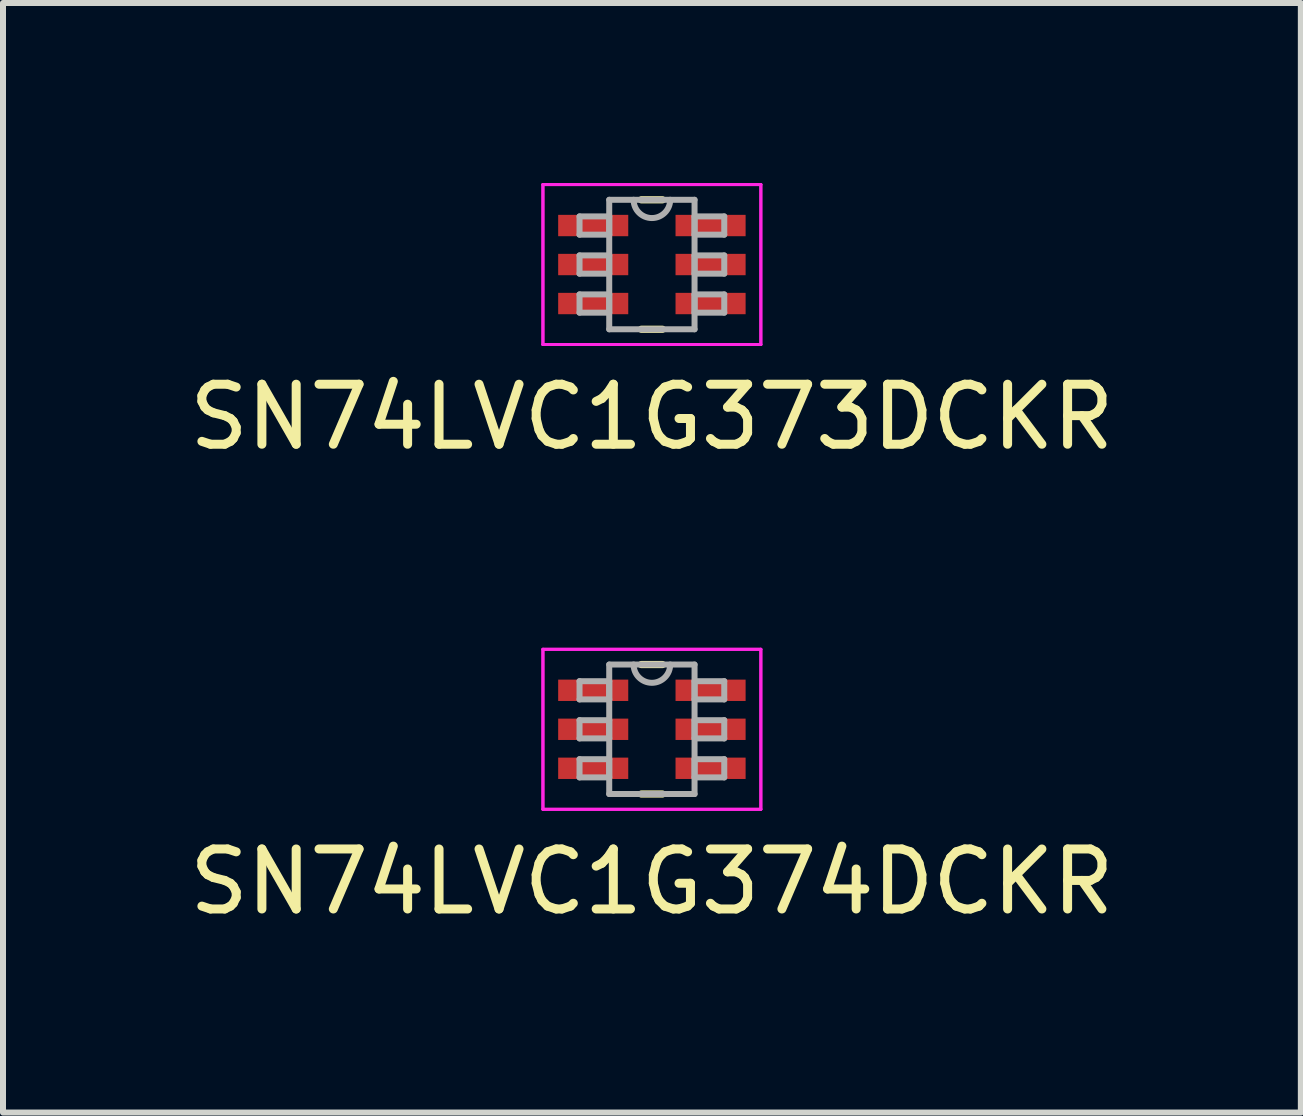
<source format=kicad_pcb>
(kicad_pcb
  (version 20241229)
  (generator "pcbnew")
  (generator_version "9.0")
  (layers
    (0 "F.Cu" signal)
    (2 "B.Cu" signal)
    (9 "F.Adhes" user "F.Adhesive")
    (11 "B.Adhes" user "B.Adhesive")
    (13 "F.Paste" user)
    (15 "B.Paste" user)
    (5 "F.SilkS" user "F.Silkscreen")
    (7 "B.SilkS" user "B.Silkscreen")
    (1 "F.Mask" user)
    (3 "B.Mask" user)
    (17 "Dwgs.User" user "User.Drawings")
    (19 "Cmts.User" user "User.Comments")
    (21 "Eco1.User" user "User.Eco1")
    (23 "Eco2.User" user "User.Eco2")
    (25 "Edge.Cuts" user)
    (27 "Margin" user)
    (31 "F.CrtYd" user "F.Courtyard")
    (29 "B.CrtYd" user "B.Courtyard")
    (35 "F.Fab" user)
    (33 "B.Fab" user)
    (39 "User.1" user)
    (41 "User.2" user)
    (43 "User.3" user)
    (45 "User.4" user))
  (footprint "SN74LVC1G373DCKR"
    (layer "F.Cu")
    (at 7.815 1.359)
    (property "Reference" "SN74LVC1G373DCKR" (at 0 2.54 0) (layer "F.SilkS") (effects (font (size 1 1) (thickness 0.15))))
    (attr through_hole)
    (fp_line (start -0.176 1.079) (end 0.176 1.079) (stroke (width 0.12) (type solid)) (layer "F.SilkS"))
    (fp_line (start 0.176 -1.079) (end -0.176 -1.079) (stroke (width 0.12) (type solid)) (layer "F.SilkS"))
    (fp_line (start -1.816 -1.333) (end 1.816 -1.333) (stroke (width 0.05) (type solid)) (layer "F.CrtYd"))
    (fp_line (start -1.816 -1.333) (end 1.816 -1.333) (stroke (width 0.05) (type solid)) (layer "F.CrtYd"))
    (fp_line (start -1.816 1.333) (end -1.816 -1.333) (stroke (width 0.05) (type solid)) (layer "F.CrtYd"))
    (fp_line (start -1.816 1.333) (end -1.816 -1.333) (stroke (width 0.05) (type solid)) (layer "F.CrtYd"))
    (fp_line (start 1.816 -1.333) (end 1.816 1.333) (stroke (width 0.05) (type solid)) (layer "F.CrtYd"))
    (fp_line (start 1.816 -1.333) (end 1.816 1.333) (stroke (width 0.05) (type solid)) (layer "F.CrtYd"))
    (fp_line (start 1.816 1.333) (end -1.816 1.333) (stroke (width 0.05) (type solid)) (layer "F.CrtYd"))
    (fp_line (start 1.816 1.333) (end -1.816 1.333) (stroke (width 0.05) (type solid)) (layer "F.CrtYd"))
    (fp_line (start -1.206 -0.802) (end -1.206 -0.498) (stroke (width 0.1) (type solid)) (layer "F.Fab"))
    (fp_line (start -1.206 -0.498) (end -0.711 -0.498) (stroke (width 0.1) (type solid)) (layer "F.Fab"))
    (fp_line (start -1.206 -0.152) (end -1.206 0.152) (stroke (width 0.1) (type solid)) (layer "F.Fab"))
    (fp_line (start -1.206 0.152) (end -0.711 0.152) (stroke (width 0.1) (type solid)) (layer "F.Fab"))
    (fp_line (start -1.206 0.498) (end -1.206 0.802) (stroke (width 0.1) (type solid)) (layer "F.Fab"))
    (fp_line (start -1.206 0.802) (end -0.711 0.802) (stroke (width 0.1) (type solid)) (layer "F.Fab"))
    (fp_line (start -0.711 -1.079) (end -0.711 1.079) (stroke (width 0.1) (type solid)) (layer "F.Fab"))
    (fp_line (start -0.711 -0.802) (end -1.206 -0.802) (stroke (width 0.1) (type solid)) (layer "F.Fab"))
    (fp_line (start -0.711 -0.498) (end -0.711 -0.802) (stroke (width 0.1) (type solid)) (layer "F.Fab"))
    (fp_line (start -0.711 -0.152) (end -1.206 -0.152) (stroke (width 0.1) (type solid)) (layer "F.Fab"))
    (fp_line (start -0.711 0.152) (end -0.711 -0.152) (stroke (width 0.1) (type solid)) (layer "F.Fab"))
    (fp_line (start -0.711 0.498) (end -1.206 0.498) (stroke (width 0.1) (type solid)) (layer "F.Fab"))
    (fp_line (start -0.711 0.802) (end -0.711 0.498) (stroke (width 0.1) (type solid)) (layer "F.Fab"))
    (fp_line (start -0.711 1.079) (end 0.711 1.079) (stroke (width 0.1) (type solid)) (layer "F.Fab"))
    (fp_line (start 0.711 -1.079) (end -0.711 -1.079) (stroke (width 0.1) (type solid)) (layer "F.Fab"))
    (fp_line (start 0.711 -0.802) (end 0.711 -0.498) (stroke (width 0.1) (type solid)) (layer "F.Fab"))
    (fp_line (start 0.711 -0.498) (end 1.206 -0.498) (stroke (width 0.1) (type solid)) (layer "F.Fab"))
    (fp_line (start 0.711 -0.152) (end 0.711 0.152) (stroke (width 0.1) (type solid)) (layer "F.Fab"))
    (fp_line (start 0.711 0.152) (end 1.206 0.152) (stroke (width 0.1) (type solid)) (layer "F.Fab"))
    (fp_line (start 0.711 0.498) (end 0.711 0.802) (stroke (width 0.1) (type solid)) (layer "F.Fab"))
    (fp_line (start 0.711 0.802) (end 1.206 0.802) (stroke (width 0.1) (type solid)) (layer "F.Fab"))
    (fp_line (start 0.711 1.079) (end 0.711 -1.079) (stroke (width 0.1) (type solid)) (layer "F.Fab"))
    (fp_line (start 1.206 -0.802) (end 0.711 -0.802) (stroke (width 0.1) (type solid)) (layer "F.Fab"))
    (fp_line (start 1.206 -0.498) (end 1.206 -0.802) (stroke (width 0.1) (type solid)) (layer "F.Fab"))
    (fp_line (start 1.206 -0.152) (end 0.711 -0.152) (stroke (width 0.1) (type solid)) (layer "F.Fab"))
    (fp_line (start 1.206 0.152) (end 1.206 -0.152) (stroke (width 0.1) (type solid)) (layer "F.Fab"))
    (fp_line (start 1.206 0.498) (end 0.711 0.498) (stroke (width 0.1) (type solid)) (layer "F.Fab"))
    (fp_line (start 1.206 0.802) (end 1.206 0.498) (stroke (width 0.1) (type solid)) (layer "F.Fab"))
    (fp_arc (start 0.3048 -1.0795) (mid 0 -0.7747) (end -0.3048 -1.0795) (stroke (width 0.1) (type solid)) (layer "F.Fab"))
    (pad "1" smd rect (at -0.978 -0.65) (size 1.168 0.356) (layers "F.Cu" "F.Mask" "F.Paste"))
    (pad "2" smd rect (at -0.978 0) (size 1.168 0.356) (layers "F.Cu" "F.Mask" "F.Paste"))
    (pad "3" smd rect (at -0.978 0.65) (size 1.168 0.356) (layers "F.Cu" "F.Mask" "F.Paste"))
    (pad "4" smd rect (at 0.978 0.65) (size 1.168 0.356) (layers "F.Cu" "F.Mask" "F.Paste"))
    (pad "5" smd rect (at 0.978 0) (size 1.168 0.356) (layers "F.Cu" "F.Mask" "F.Paste"))
    (pad "6" smd rect (at 0.978 -0.65) (size 1.168 0.356) (layers "F.Cu" "F.Mask" "F.Paste")))
  (footprint "SN74LVC1G374DCKR"
    (layer "F.Cu")
    (at 7.815 9.105)
    (property "Reference" "SN74LVC1G374DCKR" (at 0 2.54 0) (layer "F.SilkS") (effects (font (size 1 1) (thickness 0.15))))
    (attr through_hole)
    (fp_line (start -0.176 1.079) (end 0.176 1.079) (stroke (width 0.12) (type solid)) (layer "F.SilkS"))
    (fp_line (start 0.176 -1.079) (end -0.176 -1.079) (stroke (width 0.12) (type solid)) (layer "F.SilkS"))
    (fp_line (start -1.816 -1.333) (end 1.816 -1.333) (stroke (width 0.05) (type solid)) (layer "F.CrtYd"))
    (fp_line (start -1.816 -1.333) (end 1.816 -1.333) (stroke (width 0.05) (type solid)) (layer "F.CrtYd"))
    (fp_line (start -1.816 1.333) (end -1.816 -1.333) (stroke (width 0.05) (type solid)) (layer "F.CrtYd"))
    (fp_line (start -1.816 1.333) (end -1.816 -1.333) (stroke (width 0.05) (type solid)) (layer "F.CrtYd"))
    (fp_line (start 1.816 -1.333) (end 1.816 1.333) (stroke (width 0.05) (type solid)) (layer "F.CrtYd"))
    (fp_line (start 1.816 -1.333) (end 1.816 1.333) (stroke (width 0.05) (type solid)) (layer "F.CrtYd"))
    (fp_line (start 1.816 1.333) (end -1.816 1.333) (stroke (width 0.05) (type solid)) (layer "F.CrtYd"))
    (fp_line (start 1.816 1.333) (end -1.816 1.333) (stroke (width 0.05) (type solid)) (layer "F.CrtYd"))
    (fp_line (start -1.206 -0.802) (end -1.206 -0.498) (stroke (width 0.1) (type solid)) (layer "F.Fab"))
    (fp_line (start -1.206 -0.498) (end -0.711 -0.498) (stroke (width 0.1) (type solid)) (layer "F.Fab"))
    (fp_line (start -1.206 -0.152) (end -1.206 0.152) (stroke (width 0.1) (type solid)) (layer "F.Fab"))
    (fp_line (start -1.206 0.152) (end -0.711 0.152) (stroke (width 0.1) (type solid)) (layer "F.Fab"))
    (fp_line (start -1.206 0.498) (end -1.206 0.802) (stroke (width 0.1) (type solid)) (layer "F.Fab"))
    (fp_line (start -1.206 0.802) (end -0.711 0.802) (stroke (width 0.1) (type solid)) (layer "F.Fab"))
    (fp_line (start -0.711 -1.079) (end -0.711 1.079) (stroke (width 0.1) (type solid)) (layer "F.Fab"))
    (fp_line (start -0.711 -0.802) (end -1.206 -0.802) (stroke (width 0.1) (type solid)) (layer "F.Fab"))
    (fp_line (start -0.711 -0.498) (end -0.711 -0.802) (stroke (width 0.1) (type solid)) (layer "F.Fab"))
    (fp_line (start -0.711 -0.152) (end -1.206 -0.152) (stroke (width 0.1) (type solid)) (layer "F.Fab"))
    (fp_line (start -0.711 0.152) (end -0.711 -0.152) (stroke (width 0.1) (type solid)) (layer "F.Fab"))
    (fp_line (start -0.711 0.498) (end -1.206 0.498) (stroke (width 0.1) (type solid)) (layer "F.Fab"))
    (fp_line (start -0.711 0.802) (end -0.711 0.498) (stroke (width 0.1) (type solid)) (layer "F.Fab"))
    (fp_line (start -0.711 1.079) (end 0.711 1.079) (stroke (width 0.1) (type solid)) (layer "F.Fab"))
    (fp_line (start 0.711 -1.079) (end -0.711 -1.079) (stroke (width 0.1) (type solid)) (layer "F.Fab"))
    (fp_line (start 0.711 -0.802) (end 0.711 -0.498) (stroke (width 0.1) (type solid)) (layer "F.Fab"))
    (fp_line (start 0.711 -0.498) (end 1.206 -0.498) (stroke (width 0.1) (type solid)) (layer "F.Fab"))
    (fp_line (start 0.711 -0.152) (end 0.711 0.152) (stroke (width 0.1) (type solid)) (layer "F.Fab"))
    (fp_line (start 0.711 0.152) (end 1.206 0.152) (stroke (width 0.1) (type solid)) (layer "F.Fab"))
    (fp_line (start 0.711 0.498) (end 0.711 0.802) (stroke (width 0.1) (type solid)) (layer "F.Fab"))
    (fp_line (start 0.711 0.802) (end 1.206 0.802) (stroke (width 0.1) (type solid)) (layer "F.Fab"))
    (fp_line (start 0.711 1.079) (end 0.711 -1.079) (stroke (width 0.1) (type solid)) (layer "F.Fab"))
    (fp_line (start 1.206 -0.802) (end 0.711 -0.802) (stroke (width 0.1) (type solid)) (layer "F.Fab"))
    (fp_line (start 1.206 -0.498) (end 1.206 -0.802) (stroke (width 0.1) (type solid)) (layer "F.Fab"))
    (fp_line (start 1.206 -0.152) (end 0.711 -0.152) (stroke (width 0.1) (type solid)) (layer "F.Fab"))
    (fp_line (start 1.206 0.152) (end 1.206 -0.152) (stroke (width 0.1) (type solid)) (layer "F.Fab"))
    (fp_line (start 1.206 0.498) (end 0.711 0.498) (stroke (width 0.1) (type solid)) (layer "F.Fab"))
    (fp_line (start 1.206 0.802) (end 1.206 0.498) (stroke (width 0.1) (type solid)) (layer "F.Fab"))
    (fp_arc (start 0.3048 -1.0795) (mid 0 -0.7747) (end -0.3048 -1.0795) (stroke (width 0.1) (type solid)) (layer "F.Fab"))
    (pad "1" smd rect (at -0.978 -0.65) (size 1.168 0.356) (layers "F.Cu" "F.Mask" "F.Paste"))
    (pad "2" smd rect (at -0.978 0) (size 1.168 0.356) (layers "F.Cu" "F.Mask" "F.Paste"))
    (pad "3" smd rect (at -0.978 0.65) (size 1.168 0.356) (layers "F.Cu" "F.Mask" "F.Paste"))
    (pad "4" smd rect (at 0.978 0.65) (size 1.168 0.356) (layers "F.Cu" "F.Mask" "F.Paste"))
    (pad "5" smd rect (at 0.978 0) (size 1.168 0.356) (layers "F.Cu" "F.Mask" "F.Paste"))
    (pad "6" smd rect (at 0.978 -0.65) (size 1.168 0.356) (layers "F.Cu" "F.Mask" "F.Paste")))
  (gr_rect
    (start -3 -3)
    (end 18.631 15.493)
    (stroke (width 0.1) (type default))
    (fill no)
    (layer "Edge.Cuts")))
</source>
